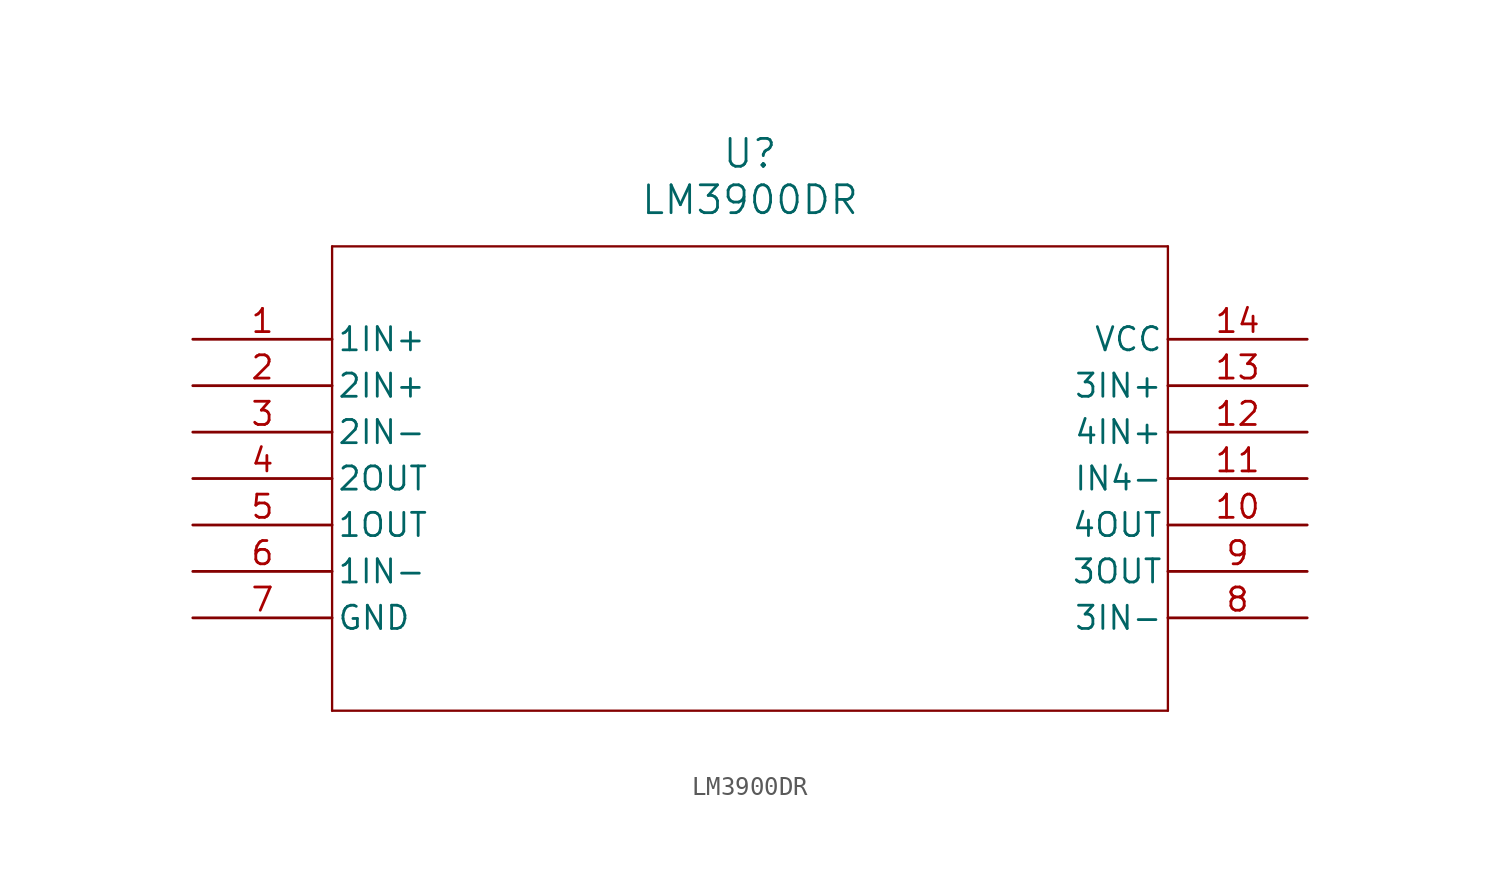
<source format=kicad_sym>
(kicad_symbol_lib
  (version 20211014)
  (generator kicad_symbol_editor)
  (symbol "LM3900DR"
    (pin_names
      (offset 0.254))
    (property "Reference" "U"
      (at 30.48 10.16 0)
      (effects (font (size 1.524 1.524))))
    (property "Value" "LM3900DR"
      (at 30.48 7.62 0)
      (effects (font (size 1.524 1.524))))
    (symbol "LM3900DR_0_1"
      (polyline (pts (xy 7.62 5.08) (xy 7.62 -20.32)) (stroke (width 0.127) (type default) (color 0 0 0 0)) (fill (type none)))
      (polyline (pts (xy 7.62 -20.32) (xy 53.34 -20.32)) (stroke (width 0.127) (type default) (color 0 0 0 0)) (fill (type none)))
      (polyline (pts (xy 53.34 -20.32) (xy 53.34 5.08)) (stroke (width 0.127) (type default) (color 0 0 0 0)) (fill (type none)))
      (polyline (pts (xy 53.34 5.08) (xy 7.62 5.08)) (stroke (width 0.127) (type default) (color 0 0 0 0)) (fill (type none)))
      (pin unspecified line (at 0 0 0) (length 7.62) (name "1IN+" (effects (font (size 1.27 1.27)))) (number "1" (effects (font (size 1.27 1.27)))))
      (pin unspecified line (at 0 -2.54 0) (length 7.62) (name "2IN+" (effects (font (size 1.27 1.27)))) (number "2" (effects (font (size 1.27 1.27)))))
      (pin unspecified line (at 0 -5.08 0) (length 7.62) (name "2IN-" (effects (font (size 1.27 1.27)))) (number "3" (effects (font (size 1.27 1.27)))))
      (pin unspecified line (at 0 -7.62 0) (length 7.62) (name "2OUT" (effects (font (size 1.27 1.27)))) (number "4" (effects (font (size 1.27 1.27)))))
      (pin unspecified line (at 0 -10.16 0) (length 7.62) (name "1OUT" (effects (font (size 1.27 1.27)))) (number "5" (effects (font (size 1.27 1.27)))))
      (pin unspecified line (at 0 -12.7 0) (length 7.62) (name "1IN-" (effects (font (size 1.27 1.27)))) (number "6" (effects (font (size 1.27 1.27)))))
      (pin unspecified line (at 0 -15.24 0) (length 7.62) (name "GND" (effects (font (size 1.27 1.27)))) (number "7" (effects (font (size 1.27 1.27)))))
      (pin unspecified line (at 60.96 -15.24 180) (length 7.62) (name "3IN-" (effects (font (size 1.27 1.27)))) (number "8" (effects (font (size 1.27 1.27)))))
      (pin unspecified line (at 60.96 -12.7 180) (length 7.62) (name "3OUT" (effects (font (size 1.27 1.27)))) (number "9" (effects (font (size 1.27 1.27)))))
      (pin unspecified line (at 60.96 -10.16 180) (length 7.62) (name "4OUT" (effects (font (size 1.27 1.27)))) (number "10" (effects (font (size 1.27 1.27)))))
      (pin unspecified line (at 60.96 -7.62 180) (length 7.62) (name "IN4-" (effects (font (size 1.27 1.27)))) (number "11" (effects (font (size 1.27 1.27)))))
      (pin unspecified line (at 60.96 -5.08 180) (length 7.62) (name "4IN+" (effects (font (size 1.27 1.27)))) (number "12" (effects (font (size 1.27 1.27)))))
      (pin unspecified line (at 60.96 -2.54 180) (length 7.62) (name "3IN+" (effects (font (size 1.27 1.27)))) (number "13" (effects (font (size 1.27 1.27)))))
      (pin unspecified line (at 60.96 0 180) (length 7.62) (name "VCC" (effects (font (size 1.27 1.27)))) (number "14" (effects (font (size 1.27 1.27))))))))
</source>
